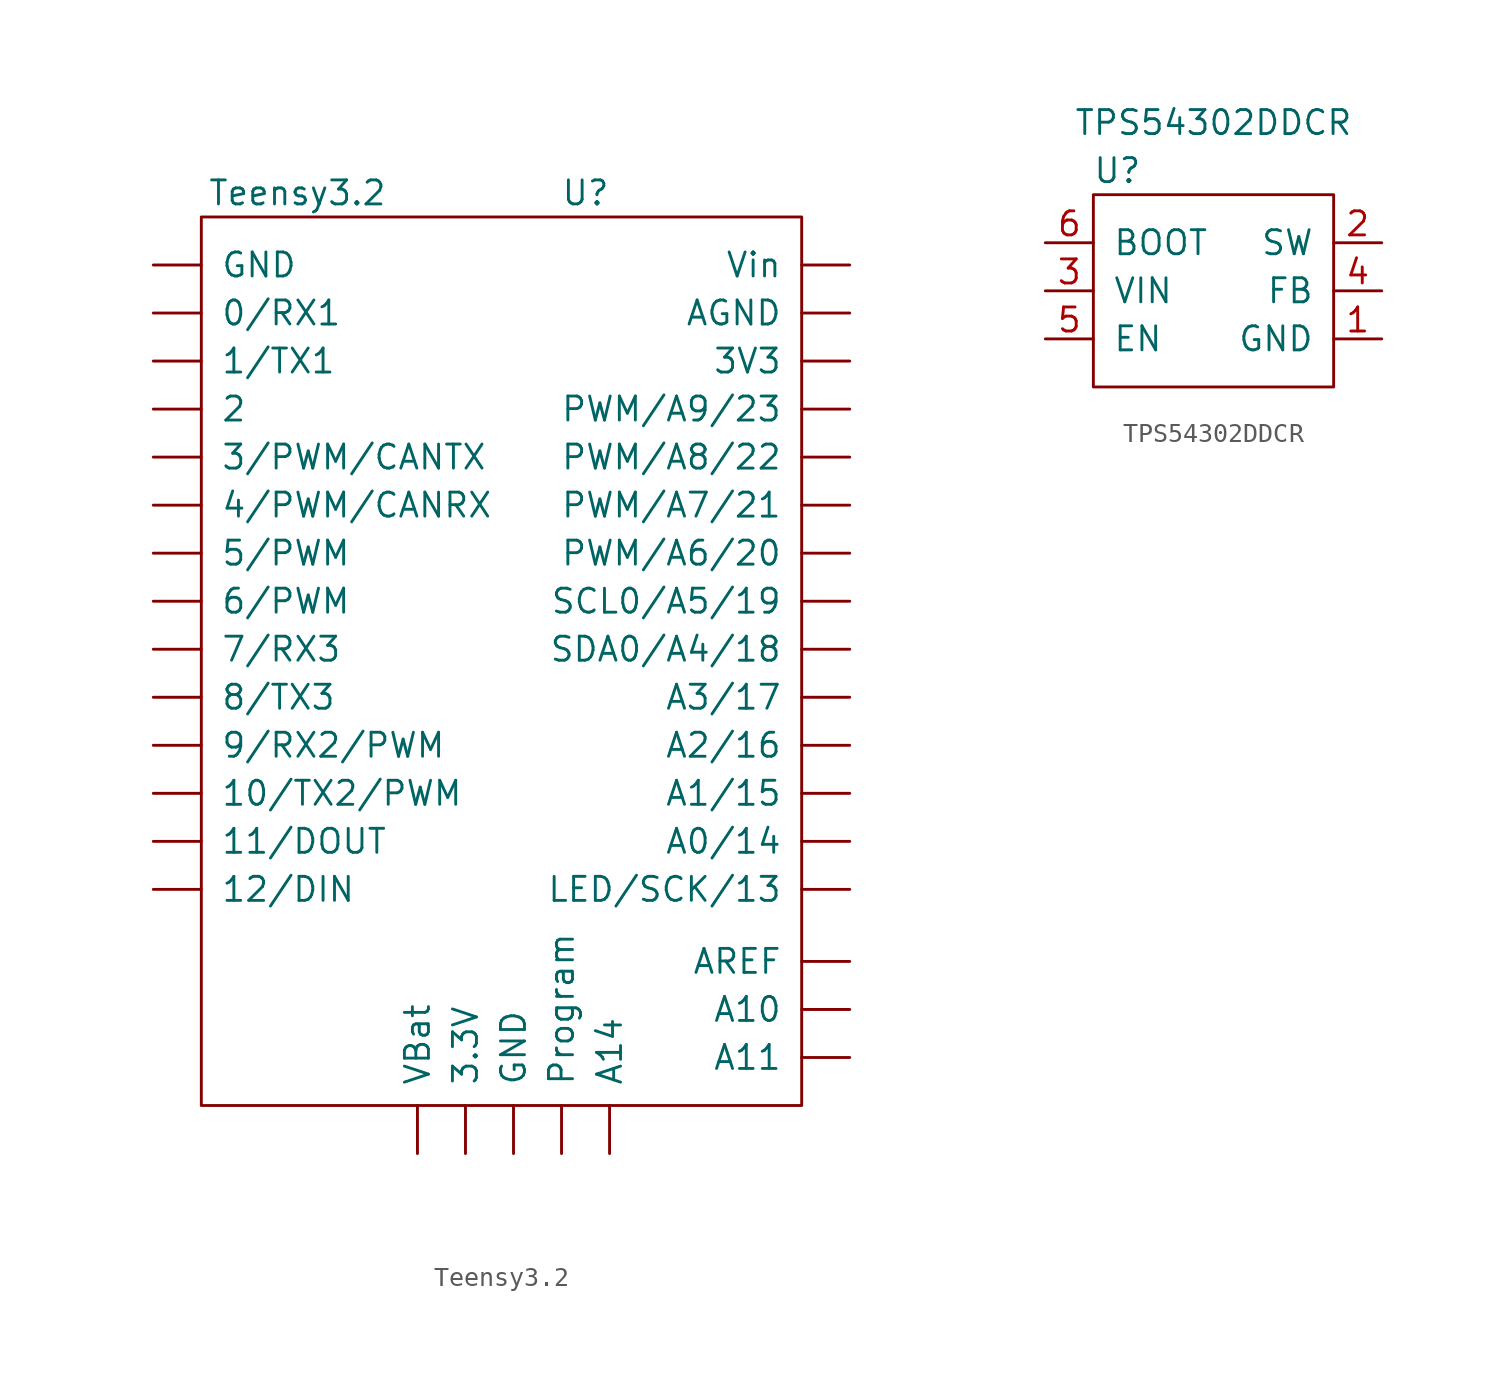
<source format=kicad_sym>
(kicad_symbol_lib
  (version 20220914)
  (generator kicad_symbol_editor)
  (symbol "Teensy3.2"
    (pin_numbers hide)
    (pin_names
      (offset 1.016))
    (property "Reference" "U"
      (at 12.7 13.97 0)
      (effects (font (size 1.27 1.27))))
    (property "Value" "Teensy3.2"
      (at -2.54 13.97 0)
      (effects (font (size 1.27 1.27))))
    (symbol "Teensy3.2_0_1"
      (rectangle (start -7.62 12.7) (end 24.13 -34.29) (stroke (width 0) (type solid)) (fill (type none))))
    (symbol "Teensy3.2_1_1"
      (pin input line (at -10.16 7.62 0) (length 2.54) (name "0/RX1" (effects (font (size 1.27 1.27)))) (number "0" (effects (font (size 1.27 1.27)))))
      (pin input line (at -10.16 5.08 0) (length 2.54) (name "1/TX1" (effects (font (size 1.27 1.27)))) (number "1" (effects (font (size 1.27 1.27)))))
      (pin input line (at -10.16 -17.78 0) (length 2.54) (name "10/TX2/PWM" (effects (font (size 1.27 1.27)))) (number "10" (effects (font (size 1.27 1.27)))))
      (pin input line (at -10.16 -20.32 0) (length 2.54) (name "11/DOUT" (effects (font (size 1.27 1.27)))) (number "11" (effects (font (size 1.27 1.27)))))
      (pin input line (at -10.16 -22.86 0) (length 2.54) (name "12/DIN" (effects (font (size 1.27 1.27)))) (number "12" (effects (font (size 1.27 1.27)))))
      (pin input line (at 26.67 -22.86 180) (length 2.54) (name "LED/SCK/13" (effects (font (size 1.27 1.27)))) (number "13" (effects (font (size 1.27 1.27)))))
      (pin input line (at 26.67 -20.32 180) (length 2.54) (name "A0/14" (effects (font (size 1.27 1.27)))) (number "14" (effects (font (size 1.27 1.27)))))
      (pin input line (at 26.67 -17.78 180) (length 2.54) (name "A1/15" (effects (font (size 1.27 1.27)))) (number "15" (effects (font (size 1.27 1.27)))))
      (pin input line (at 26.67 -15.24 180) (length 2.54) (name "A2/16" (effects (font (size 1.27 1.27)))) (number "16" (effects (font (size 1.27 1.27)))))
      (pin input line (at 26.67 -12.7 180) (length 2.54) (name "A3/17" (effects (font (size 1.27 1.27)))) (number "17" (effects (font (size 1.27 1.27)))))
      (pin input line (at 26.67 -10.16 180) (length 2.54) (name "SDA0/A4/18" (effects (font (size 1.27 1.27)))) (number "18" (effects (font (size 1.27 1.27)))))
      (pin input line (at 26.67 -7.62 180) (length 2.54) (name "SCL0/A5/19" (effects (font (size 1.27 1.27)))) (number "19" (effects (font (size 1.27 1.27)))))
      (pin input line (at -10.16 2.54 0) (length 2.54) (name "2" (effects (font (size 1.27 1.27)))) (number "2" (effects (font (size 1.27 1.27)))))
      (pin input line (at 26.67 -5.08 180) (length 2.54) (name "PWM/A6/20" (effects (font (size 1.27 1.27)))) (number "20" (effects (font (size 1.27 1.27)))))
      (pin input line (at 26.67 -2.54 180) (length 2.54) (name "PWM/A7/21" (effects (font (size 1.27 1.27)))) (number "21" (effects (font (size 1.27 1.27)))))
      (pin input line (at 26.67 0 180) (length 2.54) (name "PWM/A8/22" (effects (font (size 1.27 1.27)))) (number "22" (effects (font (size 1.27 1.27)))))
      (pin input line (at 26.67 2.54 180) (length 2.54) (name "PWM/A9/23" (effects (font (size 1.27 1.27)))) (number "23" (effects (font (size 1.27 1.27)))))
      (pin input line (at -10.16 0 0) (length 2.54) (name "3/PWM/CANTX" (effects (font (size 1.27 1.27)))) (number "3" (effects (font (size 1.27 1.27)))))
      (pin input line (at 6.35 -36.83 90) (length 2.54) (name "3.3V" (effects (font (size 1.27 1.27)))) (number "3.3V" (effects (font (size 1.27 1.27)))))
      (pin input line (at 26.67 5.08 180) (length 2.54) (name "3V3" (effects (font (size 1.27 1.27)))) (number "3V3" (effects (font (size 1.27 1.27)))))
      (pin input line (at -10.16 -2.54 0) (length 2.54) (name "4/PWM/CANRX" (effects (font (size 1.27 1.27)))) (number "4" (effects (font (size 1.27 1.27)))))
      (pin input line (at -10.16 -5.08 0) (length 2.54) (name "5/PWM" (effects (font (size 1.27 1.27)))) (number "5" (effects (font (size 1.27 1.27)))))
      (pin input line (at -10.16 -7.62 0) (length 2.54) (name "6/PWM" (effects (font (size 1.27 1.27)))) (number "6" (effects (font (size 1.27 1.27)))))
      (pin input line (at -10.16 -10.16 0) (length 2.54) (name "7/RX3" (effects (font (size 1.27 1.27)))) (number "7" (effects (font (size 1.27 1.27)))))
      (pin input line (at -10.16 -12.7 0) (length 2.54) (name "8/TX3" (effects (font (size 1.27 1.27)))) (number "8" (effects (font (size 1.27 1.27)))))
      (pin input line (at -10.16 -15.24 0) (length 2.54) (name "9/RX2/PWM" (effects (font (size 1.27 1.27)))) (number "9" (effects (font (size 1.27 1.27)))))
      (pin input line (at 26.67 -29.21 180) (length 2.54) (name "A10" (effects (font (size 1.27 1.27)))) (number "A10" (effects (font (size 1.27 1.27)))))
      (pin input line (at 26.67 -31.75 180) (length 2.54) (name "A11" (effects (font (size 1.27 1.27)))) (number "A11" (effects (font (size 1.27 1.27)))))
      (pin input line (at 13.97 -36.83 90) (length 2.54) (name "A14" (effects (font (size 1.27 1.27)))) (number "A14" (effects (font (size 1.27 1.27)))))
      (pin input line (at 26.67 7.62 180) (length 2.54) (name "AGND" (effects (font (size 1.27 1.27)))) (number "AGND" (effects (font (size 1.27 1.27)))))
      (pin input line (at 26.67 -26.67 180) (length 2.54) (name "AREF" (effects (font (size 1.27 1.27)))) (number "AREF" (effects (font (size 1.27 1.27)))))
      (pin input line (at -10.16 10.16 0) (length 2.54) (name "GND" (effects (font (size 1.27 1.27)))) (number "GND" (effects (font (size 1.27 1.27)))))
      (pin input line (at 8.89 -36.83 90) (length 2.54) (name "GND" (effects (font (size 1.27 1.27)))) (number "GND" (effects (font (size 1.27 1.27)))))
      (pin input line (at 11.43 -36.83 90) (length 2.54) (name "Program" (effects (font (size 1.27 1.27)))) (number "Program" (effects (font (size 1.27 1.27)))))
      (pin input line (at 3.81 -36.83 90) (length 2.54) (name "VBat" (effects (font (size 1.27 1.27)))) (number "VBat" (effects (font (size 1.27 1.27)))))
      (pin input line (at 26.67 10.16 180) (length 2.54) (name "Vin" (effects (font (size 1.27 1.27)))) (number "Vin" (effects (font (size 1.27 1.27)))))))
  (symbol "TPS54302DDCR"
    (pin_names
      (offset 1.016))
    (property "Reference" "U"
      (at -3.81 1.27 0)
      (effects (font (size 1.27 1.27))))
    (property "Value" "TPS54302DDCR"
      (at 1.27 3.81 0)
      (effects (font (size 1.27 1.27))))
    (symbol "TPS54302DDCR_0_1"
      (rectangle (start -5.08 0) (end 7.62 -10.16) (stroke (width 0) (type solid)) (fill (type none))))
    (symbol "TPS54302DDCR_1_1"
      (pin input line (at 10.16 -7.62 180) (length 2.54) (name "GND" (effects (font (size 1.27 1.27)))) (number "1" (effects (font (size 1.27 1.27)))))
      (pin input line (at 10.16 -2.54 180) (length 2.54) (name "SW" (effects (font (size 1.27 1.27)))) (number "2" (effects (font (size 1.27 1.27)))))
      (pin input line (at -7.62 -5.08 0) (length 2.54) (name "VIN" (effects (font (size 1.27 1.27)))) (number "3" (effects (font (size 1.27 1.27)))))
      (pin input line (at 10.16 -5.08 180) (length 2.54) (name "FB" (effects (font (size 1.27 1.27)))) (number "4" (effects (font (size 1.27 1.27)))))
      (pin input line (at -7.62 -7.62 0) (length 2.54) (name "EN" (effects (font (size 1.27 1.27)))) (number "5" (effects (font (size 1.27 1.27)))))
      (pin input line (at -7.62 -2.54 0) (length 2.54) (name "BOOT" (effects (font (size 1.27 1.27)))) (number "6" (effects (font (size 1.27 1.27))))))))
</source>
